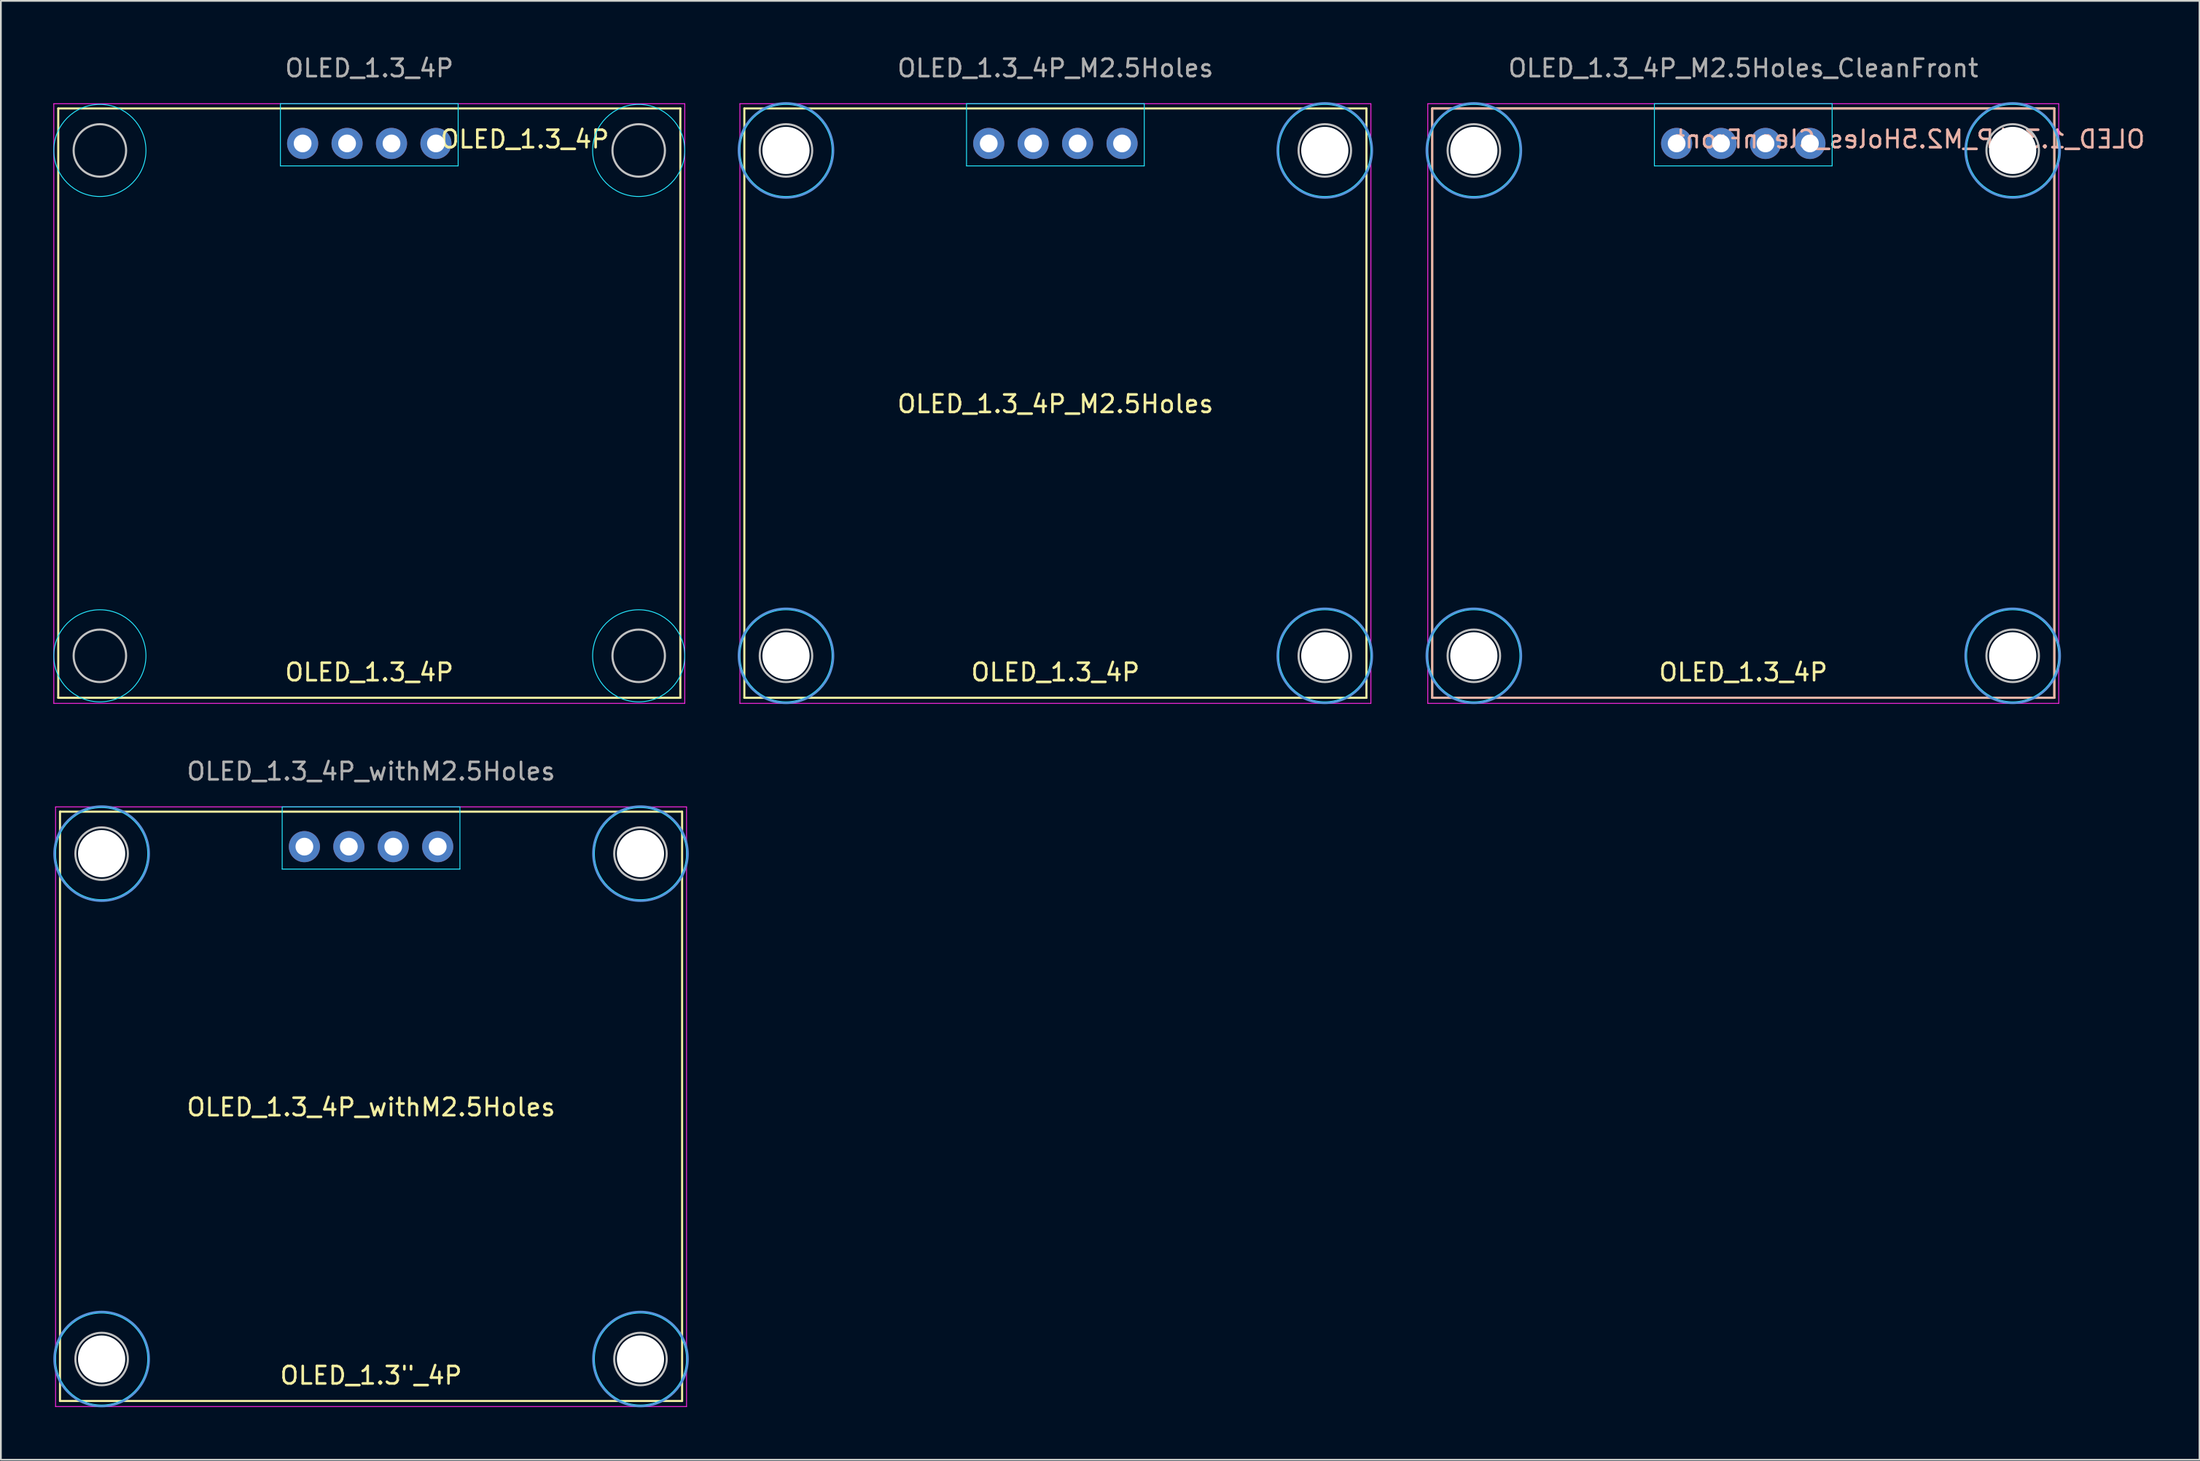
<source format=kicad_pcb>
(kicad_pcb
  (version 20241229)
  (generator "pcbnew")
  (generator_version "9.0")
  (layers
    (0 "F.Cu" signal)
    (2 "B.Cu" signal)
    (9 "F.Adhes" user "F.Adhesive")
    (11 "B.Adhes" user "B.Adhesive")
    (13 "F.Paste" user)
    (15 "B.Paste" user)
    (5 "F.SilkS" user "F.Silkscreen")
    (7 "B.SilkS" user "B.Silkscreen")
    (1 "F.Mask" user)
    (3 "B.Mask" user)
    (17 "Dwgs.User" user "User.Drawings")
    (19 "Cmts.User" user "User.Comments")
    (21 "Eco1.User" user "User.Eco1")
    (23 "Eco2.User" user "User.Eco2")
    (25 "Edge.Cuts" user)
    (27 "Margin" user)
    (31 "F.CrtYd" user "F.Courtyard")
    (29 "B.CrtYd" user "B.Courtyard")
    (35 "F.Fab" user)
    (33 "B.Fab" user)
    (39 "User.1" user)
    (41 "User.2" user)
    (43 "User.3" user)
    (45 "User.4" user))
  (footprint "OLED_1.3_4P_withM2.5Holes"
    (layer "F.Cu")
    (at 18.16 60.364)
    (property "Reference" "OLED_1.3_4P_withM2.5Holes" (at 0 -0.1 0) (unlocked yes) (layer "F.SilkS") (effects (font (size 1 1) (thickness 0.15))))
    (attr through_hole)
    (fp_line (start -17.78 -17) (end -17.78 16.7) (stroke (width 0.12) (type solid)) (layer "F.SilkS"))
    (fp_line (start -17.78 16.7) (end 17.78 16.7) (stroke (width 0.12) (type solid)) (layer "F.SilkS"))
    (fp_line (start 17.78 -17) (end -17.78 -17) (stroke (width 0.12) (type solid)) (layer "F.SilkS"))
    (fp_line (start 17.78 16.7) (end 17.78 -17) (stroke (width 0.12) (type solid)) (layer "F.SilkS"))
    (fp_circle (center -15.4 -14.6) (end -13.9 -14.6) (stroke (width 0.12) (type solid)) (fill no) (layer "Dwgs.User"))
    (fp_circle (center -15.4 14.3) (end -13.9 14.3) (stroke (width 0.12) (type solid)) (fill no) (layer "Dwgs.User"))
    (fp_circle (center 15.4 -14.6) (end 16.9 -14.6) (stroke (width 0.12) (type solid)) (fill no) (layer "Dwgs.User"))
    (fp_circle (center 15.4 14.3) (end 16.9 14.3) (stroke (width 0.12) (type solid)) (fill no) (layer "Dwgs.User"))
    (fp_circle (center -15.4 -14.6) (end -12.7 -14.6) (stroke (width 0.12) (type solid)) (fill no) (layer "Cmts.User"))
    (fp_circle (center -15.4 14.3) (end -12.7 14.3) (stroke (width 0.12) (type solid)) (fill no) (layer "Cmts.User"))
    (fp_circle (center 15.4 -14.6) (end 18.1 -14.6) (stroke (width 0.12) (type solid)) (fill no) (layer "Cmts.User"))
    (fp_circle (center 15.4 14.3) (end 18.1 14.3) (stroke (width 0.12) (type solid)) (fill no) (layer "Cmts.User"))
    (fp_line (start -5.08 -17.272) (end 5.08 -17.272) (stroke (width 0.05) (type solid)) (layer "B.CrtYd"))
    (fp_line (start -5.08 -13.716) (end -5.08 -17.272) (stroke (width 0.05) (type solid)) (layer "B.CrtYd"))
    (fp_line (start 5.08 -17.272) (end 5.08 -13.716) (stroke (width 0.05) (type solid)) (layer "B.CrtYd"))
    (fp_line (start 5.08 -13.716) (end -5.08 -13.716) (stroke (width 0.05) (type solid)) (layer "B.CrtYd"))
    (fp_circle (center -15.4 -14.6) (end -18.034 -14.6) (stroke (width 0.05) (type solid)) (fill no) (layer "B.CrtYd"))
    (fp_circle (center -15.4 14.3) (end -12.766 14.3) (stroke (width 0.05) (type solid)) (fill no) (layer "B.CrtYd"))
    (fp_circle (center 15.4 -14.6) (end 18.034 -14.6) (stroke (width 0.05) (type solid)) (fill no) (layer "B.CrtYd"))
    (fp_circle (center 15.4 14.3) (end 18.034 14.3) (stroke (width 0.05) (type solid)) (fill no) (layer "B.CrtYd"))
    (fp_line (start -18.034 -17.272) (end 18.034 -17.272) (stroke (width 0.05) (type solid)) (layer "F.CrtYd"))
    (fp_line (start -18.034 17.018) (end -18.034 -17.272) (stroke (width 0.05) (type solid)) (layer "F.CrtYd"))
    (fp_line (start 18.034 -17.272) (end 18.034 17.018) (stroke (width 0.05) (type solid)) (layer "F.CrtYd"))
    (fp_line (start 18.034 17.018) (end -18.034 17.018) (stroke (width 0.05) (type solid)) (layer "F.CrtYd"))
    (fp_text user "OLED_1.3\"_4P" (at 0 15.24 0) (unlocked yes) (layer "F.SilkS") (effects (font (size 1 1) (thickness 0.15))))
    (fp_text user "${REFERENCE}" (at 0 -19.304 0) (unlocked yes) (layer "F.Fab") (effects (font (size 1 1) (thickness 0.15))))
    (pad "" np_thru_hole circle (at -15.4 -14.6) (size 2.7 2.7) (drill 2.7) (layers "*.Cu" "*.Mask"))
    (pad "" np_thru_hole circle (at -15.4 14.3) (size 2.7 2.7) (drill 2.7) (layers "*.Cu" "*.Mask"))
    (pad "" np_thru_hole circle (at 15.4 -14.6) (size 2.7 2.7) (drill 2.7) (layers "*.Cu" "*.Mask"))
    (pad "" np_thru_hole circle (at 15.4 14.3) (size 2.7 2.7) (drill 2.7) (layers "*.Cu" "*.Mask"))
    (pad "1" thru_hole circle (at -3.81 -15) (size 1.778 1.778) (drill 1.016) (layers "*.Cu" "*.Mask"))
    (pad "2" thru_hole circle (at -1.27 -15) (size 1.778 1.778) (drill 1.016) (layers "*.Cu" "*.Mask"))
    (pad "3" thru_hole circle (at 1.27 -15) (size 1.778 1.778) (drill 1.016) (layers "*.Cu" "*.Mask"))
    (pad "4" thru_hole circle (at 3.81 -15) (size 1.778 1.778) (drill 1.016) (layers "*.Cu" "*.Mask")))
  (footprint "OLED_1.3_4P_M2.5Holes"
    (layer "F.Cu")
    (at 57.278 20.152)
    (property "Reference" "OLED_1.3_4P_M2.5Holes" (at 0 -0.1 0) (unlocked yes) (layer "F.SilkS") (effects (font (size 1 1) (thickness 0.15))))
    (attr through_hole)
    (fp_line (start -17.78 -17) (end -17.78 16.7) (stroke (width 0.12) (type solid)) (layer "F.SilkS"))
    (fp_line (start -17.78 16.7) (end 17.78 16.7) (stroke (width 0.12) (type solid)) (layer "F.SilkS"))
    (fp_line (start 17.78 -17) (end -17.78 -17) (stroke (width 0.12) (type solid)) (layer "F.SilkS"))
    (fp_line (start 17.78 16.7) (end 17.78 -17) (stroke (width 0.12) (type solid)) (layer "F.SilkS"))
    (fp_circle (center -15.4 -14.6) (end -13.9 -14.6) (stroke (width 0.12) (type solid)) (fill no) (layer "Dwgs.User"))
    (fp_circle (center -15.4 14.3) (end -13.9 14.3) (stroke (width 0.12) (type solid)) (fill no) (layer "Dwgs.User"))
    (fp_circle (center 15.4 -14.6) (end 16.9 -14.6) (stroke (width 0.12) (type solid)) (fill no) (layer "Dwgs.User"))
    (fp_circle (center 15.4 14.3) (end 16.9 14.3) (stroke (width 0.12) (type solid)) (fill no) (layer "Dwgs.User"))
    (fp_circle (center -15.4 -14.6) (end -12.7 -14.6) (stroke (width 0.12) (type solid)) (fill no) (layer "Cmts.User"))
    (fp_circle (center -15.4 14.3) (end -12.7 14.3) (stroke (width 0.12) (type solid)) (fill no) (layer "Cmts.User"))
    (fp_circle (center 15.4 -14.6) (end 18.1 -14.6) (stroke (width 0.12) (type solid)) (fill no) (layer "Cmts.User"))
    (fp_circle (center 15.4 14.3) (end 18.1 14.3) (stroke (width 0.12) (type solid)) (fill no) (layer "Cmts.User"))
    (fp_line (start -5.08 -17.272) (end 5.08 -17.272) (stroke (width 0.05) (type solid)) (layer "B.CrtYd"))
    (fp_line (start -5.08 -13.716) (end -5.08 -17.272) (stroke (width 0.05) (type solid)) (layer "B.CrtYd"))
    (fp_line (start 5.08 -17.272) (end 5.08 -13.716) (stroke (width 0.05) (type solid)) (layer "B.CrtYd"))
    (fp_line (start 5.08 -13.716) (end -5.08 -13.716) (stroke (width 0.05) (type solid)) (layer "B.CrtYd"))
    (fp_circle (center -15.4 -14.6) (end -18.034 -14.6) (stroke (width 0.05) (type solid)) (fill no) (layer "B.CrtYd"))
    (fp_circle (center -15.4 14.3) (end -12.766 14.3) (stroke (width 0.05) (type solid)) (fill no) (layer "B.CrtYd"))
    (fp_circle (center 15.4 -14.6) (end 18.034 -14.6) (stroke (width 0.05) (type solid)) (fill no) (layer "B.CrtYd"))
    (fp_circle (center 15.4 14.3) (end 18.034 14.3) (stroke (width 0.05) (type solid)) (fill no) (layer "B.CrtYd"))
    (fp_line (start -18.034 -17.272) (end 18.034 -17.272) (stroke (width 0.05) (type solid)) (layer "F.CrtYd"))
    (fp_line (start -18.034 17.018) (end -18.034 -17.272) (stroke (width 0.05) (type solid)) (layer "F.CrtYd"))
    (fp_line (start 18.034 -17.272) (end 18.034 17.018) (stroke (width 0.05) (type solid)) (layer "F.CrtYd"))
    (fp_line (start 18.034 17.018) (end -18.034 17.018) (stroke (width 0.05) (type solid)) (layer "F.CrtYd"))
    (fp_text user "OLED_1.3_4P" (at 0 15.24 0) (unlocked yes) (layer "F.SilkS") (effects (font (size 1 1) (thickness 0.15))))
    (fp_text user "${REFERENCE}" (at 0 -19.304 0) (unlocked yes) (layer "F.Fab") (effects (font (size 1 1) (thickness 0.15))))
    (pad "" np_thru_hole circle (at -15.4 -14.6) (size 2.7 2.7) (drill 2.7) (layers "*.Cu" "*.Mask"))
    (pad "" np_thru_hole circle (at -15.4 14.3) (size 2.7 2.7) (drill 2.7) (layers "*.Cu" "*.Mask"))
    (pad "" np_thru_hole circle (at 15.4 -14.6) (size 2.7 2.7) (drill 2.7) (layers "*.Cu" "*.Mask"))
    (pad "" np_thru_hole circle (at 15.4 14.3) (size 2.7 2.7) (drill 2.7) (layers "*.Cu" "*.Mask"))
    (pad "1" thru_hole circle (at -3.81 -15) (size 1.778 1.778) (drill 1.016) (layers "*.Cu" "*.Mask"))
    (pad "2" thru_hole circle (at -1.27 -15) (size 1.778 1.778) (drill 1.016) (layers "*.Cu" "*.Mask"))
    (pad "3" thru_hole circle (at 1.27 -15) (size 1.778 1.778) (drill 1.016) (layers "*.Cu" "*.Mask"))
    (pad "4" thru_hole circle (at 3.81 -15) (size 1.778 1.778) (drill 1.016) (layers "*.Cu" "*.Mask")))
  (footprint "OLED_1.3_4P_M2.5Holes_CleanFront"
    (layer "F.Cu")
    (at 96.598 20.152)
    (property "Reference" "OLED_1.3_4P_M2.5Holes_CleanFront" (at 9.525 -15.24 0) (unlocked yes) (layer "B.SilkS") (effects (font (size 1 1) (thickness 0.15)) (justify mirror)))
    (attr through_hole)
    (fp_line (start -17.78 -17) (end -17.78 16.7) (stroke (width 0.12) (type solid)) (layer "F.SilkS"))
    (fp_line (start -17.78 16.7) (end 17.78 16.7) (stroke (width 0.12) (type solid)) (layer "F.SilkS"))
    (fp_line (start 17.78 -17) (end -17.78 -17) (stroke (width 0.12) (type solid)) (layer "F.SilkS"))
    (fp_line (start 17.78 16.7) (end 17.78 -17) (stroke (width 0.12) (type solid)) (layer "F.SilkS"))
    (fp_line (start -17.78 -17) (end -17.78 16.7) (stroke (width 0.12) (type solid)) (layer "B.SilkS"))
    (fp_line (start -17.78 16.7) (end 17.78 16.7) (stroke (width 0.12) (type solid)) (layer "B.SilkS"))
    (fp_line (start 17.78 -17) (end -17.78 -17) (stroke (width 0.12) (type solid)) (layer "B.SilkS"))
    (fp_line (start 17.78 16.7) (end 17.78 -17) (stroke (width 0.12) (type solid)) (layer "B.SilkS"))
    (fp_circle (center -15.4 -14.6) (end -13.9 -14.6) (stroke (width 0.12) (type solid)) (fill no) (layer "Dwgs.User"))
    (fp_circle (center -15.4 14.3) (end -13.9 14.3) (stroke (width 0.12) (type solid)) (fill no) (layer "Dwgs.User"))
    (fp_circle (center 15.4 -14.6) (end 16.9 -14.6) (stroke (width 0.12) (type solid)) (fill no) (layer "Dwgs.User"))
    (fp_circle (center 15.4 14.3) (end 16.9 14.3) (stroke (width 0.12) (type solid)) (fill no) (layer "Dwgs.User"))
    (fp_circle (center -15.4 -14.6) (end -12.7 -14.6) (stroke (width 0.12) (type solid)) (fill no) (layer "Cmts.User"))
    (fp_circle (center -15.4 14.3) (end -12.7 14.3) (stroke (width 0.12) (type solid)) (fill no) (layer "Cmts.User"))
    (fp_circle (center 15.4 -14.6) (end 18.1 -14.6) (stroke (width 0.12) (type solid)) (fill no) (layer "Cmts.User"))
    (fp_circle (center 15.4 14.3) (end 18.1 14.3) (stroke (width 0.12) (type solid)) (fill no) (layer "Cmts.User"))
    (fp_line (start -5.08 -17.272) (end 5.08 -17.272) (stroke (width 0.05) (type solid)) (layer "B.CrtYd"))
    (fp_line (start -5.08 -13.716) (end -5.08 -17.272) (stroke (width 0.05) (type solid)) (layer "B.CrtYd"))
    (fp_line (start 5.08 -17.272) (end 5.08 -13.716) (stroke (width 0.05) (type solid)) (layer "B.CrtYd"))
    (fp_line (start 5.08 -13.716) (end -5.08 -13.716) (stroke (width 0.05) (type solid)) (layer "B.CrtYd"))
    (fp_circle (center -15.4 -14.6) (end -18.034 -14.6) (stroke (width 0.05) (type solid)) (fill no) (layer "B.CrtYd"))
    (fp_circle (center -15.4 14.3) (end -12.766 14.3) (stroke (width 0.05) (type solid)) (fill no) (layer "B.CrtYd"))
    (fp_circle (center 15.4 -14.6) (end 18.034 -14.6) (stroke (width 0.05) (type solid)) (fill no) (layer "B.CrtYd"))
    (fp_circle (center 15.4 14.3) (end 18.034 14.3) (stroke (width 0.05) (type solid)) (fill no) (layer "B.CrtYd"))
    (fp_line (start -18.034 -17.272) (end 18.034 -17.272) (stroke (width 0.05) (type solid)) (layer "F.CrtYd"))
    (fp_line (start -18.034 17.018) (end -18.034 -17.272) (stroke (width 0.05) (type solid)) (layer "F.CrtYd"))
    (fp_line (start 18.034 -17.272) (end 18.034 17.018) (stroke (width 0.05) (type solid)) (layer "F.CrtYd"))
    (fp_line (start 18.034 17.018) (end -18.034 17.018) (stroke (width 0.05) (type solid)) (layer "F.CrtYd"))
    (fp_text user "OLED_1.3_4P" (at 0 15.24 0) (unlocked yes) (layer "F.SilkS") (effects (font (size 1 1) (thickness 0.15))))
    (fp_text user "${REFERENCE}" (at 0 -19.304 0) (unlocked yes) (layer "F.Fab") (effects (font (size 1 1) (thickness 0.15))))
    (pad "" np_thru_hole circle (at -15.4 -14.6) (size 2.7 2.7) (drill 2.7) (layers "*.Cu" "*.Mask"))
    (pad "" np_thru_hole circle (at -15.4 14.3) (size 2.7 2.7) (drill 2.7) (layers "*.Cu" "*.Mask"))
    (pad "" np_thru_hole circle (at 15.4 -14.6) (size 2.7 2.7) (drill 2.7) (layers "*.Cu" "*.Mask"))
    (pad "" np_thru_hole circle (at 15.4 14.3) (size 2.7 2.7) (drill 2.7) (layers "*.Cu" "*.Mask"))
    (pad "1" thru_hole circle (at -3.81 -15) (size 1.778 1.778) (drill 1.016) (layers "*.Cu" "*.Mask"))
    (pad "2" thru_hole circle (at -1.27 -15) (size 1.778 1.778) (drill 1.016) (layers "*.Cu" "*.Mask"))
    (pad "3" thru_hole circle (at 1.27 -15) (size 1.778 1.778) (drill 1.016) (layers "*.Cu" "*.Mask"))
    (pad "4" thru_hole circle (at 3.81 -15) (size 1.778 1.778) (drill 1.016) (layers "*.Cu" "*.Mask")))
  (footprint "OLED_1.3_4P"
    (layer "F.Cu")
    (at 18.059 20.152)
    (property "Reference" "OLED_1.3_4P" (at 8.89 -15.24 0) (unlocked yes) (layer "F.SilkS") (effects (font (size 1 1) (thickness 0.15))))
    (attr through_hole)
    (fp_line (start -17.78 -17) (end -17.78 16.7) (stroke (width 0.12) (type solid)) (layer "F.SilkS"))
    (fp_line (start -17.78 16.7) (end 17.78 16.7) (stroke (width 0.12) (type solid)) (layer "F.SilkS"))
    (fp_line (start 17.78 -17) (end -17.78 -17) (stroke (width 0.12) (type solid)) (layer "F.SilkS"))
    (fp_line (start 17.78 16.7) (end 17.78 -17) (stroke (width 0.12) (type solid)) (layer "F.SilkS"))
    (fp_circle (center -15.4 -14.6) (end -13.9 -14.6) (stroke (width 0.12) (type solid)) (fill no) (layer "Dwgs.User"))
    (fp_circle (center -15.4 14.3) (end -13.9 14.3) (stroke (width 0.12) (type solid)) (fill no) (layer "Dwgs.User"))
    (fp_circle (center 15.4 -14.6) (end 16.9 -14.6) (stroke (width 0.12) (type solid)) (fill no) (layer "Dwgs.User"))
    (fp_circle (center 15.4 14.3) (end 16.9 14.3) (stroke (width 0.12) (type solid)) (fill no) (layer "Dwgs.User"))
    (fp_line (start -5.08 -17.272) (end 5.08 -17.272) (stroke (width 0.05) (type solid)) (layer "B.CrtYd"))
    (fp_line (start -5.08 -13.716) (end -5.08 -17.272) (stroke (width 0.05) (type solid)) (layer "B.CrtYd"))
    (fp_line (start 5.08 -17.272) (end 5.08 -13.716) (stroke (width 0.05) (type solid)) (layer "B.CrtYd"))
    (fp_line (start 5.08 -13.716) (end -5.08 -13.716) (stroke (width 0.05) (type solid)) (layer "B.CrtYd"))
    (fp_circle (center -15.4 -14.6) (end -18.034 -14.58) (stroke (width 0.05) (type solid)) (fill no) (layer "B.CrtYd"))
    (fp_circle (center -15.4 14.3) (end -12.766 14.3) (stroke (width 0.05) (type solid)) (fill no) (layer "B.CrtYd"))
    (fp_circle (center 15.4 -14.6) (end 18.034 -14.6) (stroke (width 0.05) (type solid)) (fill no) (layer "B.CrtYd"))
    (fp_circle (center 15.4 14.3) (end 18.034 14.3) (stroke (width 0.05) (type solid)) (fill no) (layer "B.CrtYd"))
    (fp_line (start -18.034 -17.272) (end 18.034 -17.272) (stroke (width 0.05) (type solid)) (layer "F.CrtYd"))
    (fp_line (start -18.034 17.018) (end -18.034 -17.272) (stroke (width 0.05) (type solid)) (layer "F.CrtYd"))
    (fp_line (start 18.034 -17.272) (end 18.034 17.018) (stroke (width 0.05) (type solid)) (layer "F.CrtYd"))
    (fp_line (start 18.034 17.018) (end -18.034 17.018) (stroke (width 0.05) (type solid)) (layer "F.CrtYd"))
    (fp_text user "OLED_1.3_4P" (at 0 15.24 0) (unlocked yes) (layer "F.SilkS") (effects (font (size 1 1) (thickness 0.15))))
    (fp_text user "${REFERENCE}" (at 0 -19.304 0) (unlocked yes) (layer "F.Fab") (effects (font (size 1 1) (thickness 0.15))))
    (pad "1" thru_hole circle (at -3.81 -15) (size 1.778 1.778) (drill 1.016) (layers "*.Cu" "*.Mask"))
    (pad "2" thru_hole circle (at -1.27 -15) (size 1.778 1.778) (drill 1.016) (layers "*.Cu" "*.Mask"))
    (pad "3" thru_hole circle (at 1.27 -15) (size 1.778 1.778) (drill 1.016) (layers "*.Cu" "*.Mask"))
    (pad "4" thru_hole circle (at 3.81 -15) (size 1.778 1.778) (drill 1.016) (layers "*.Cu" "*.Mask")))
  (gr_rect
    (start -3 -3)
    (end 122.677 80.424)
    (stroke (width 0.1) (type default))
    (fill no)
    (layer "Edge.Cuts")))
</source>
